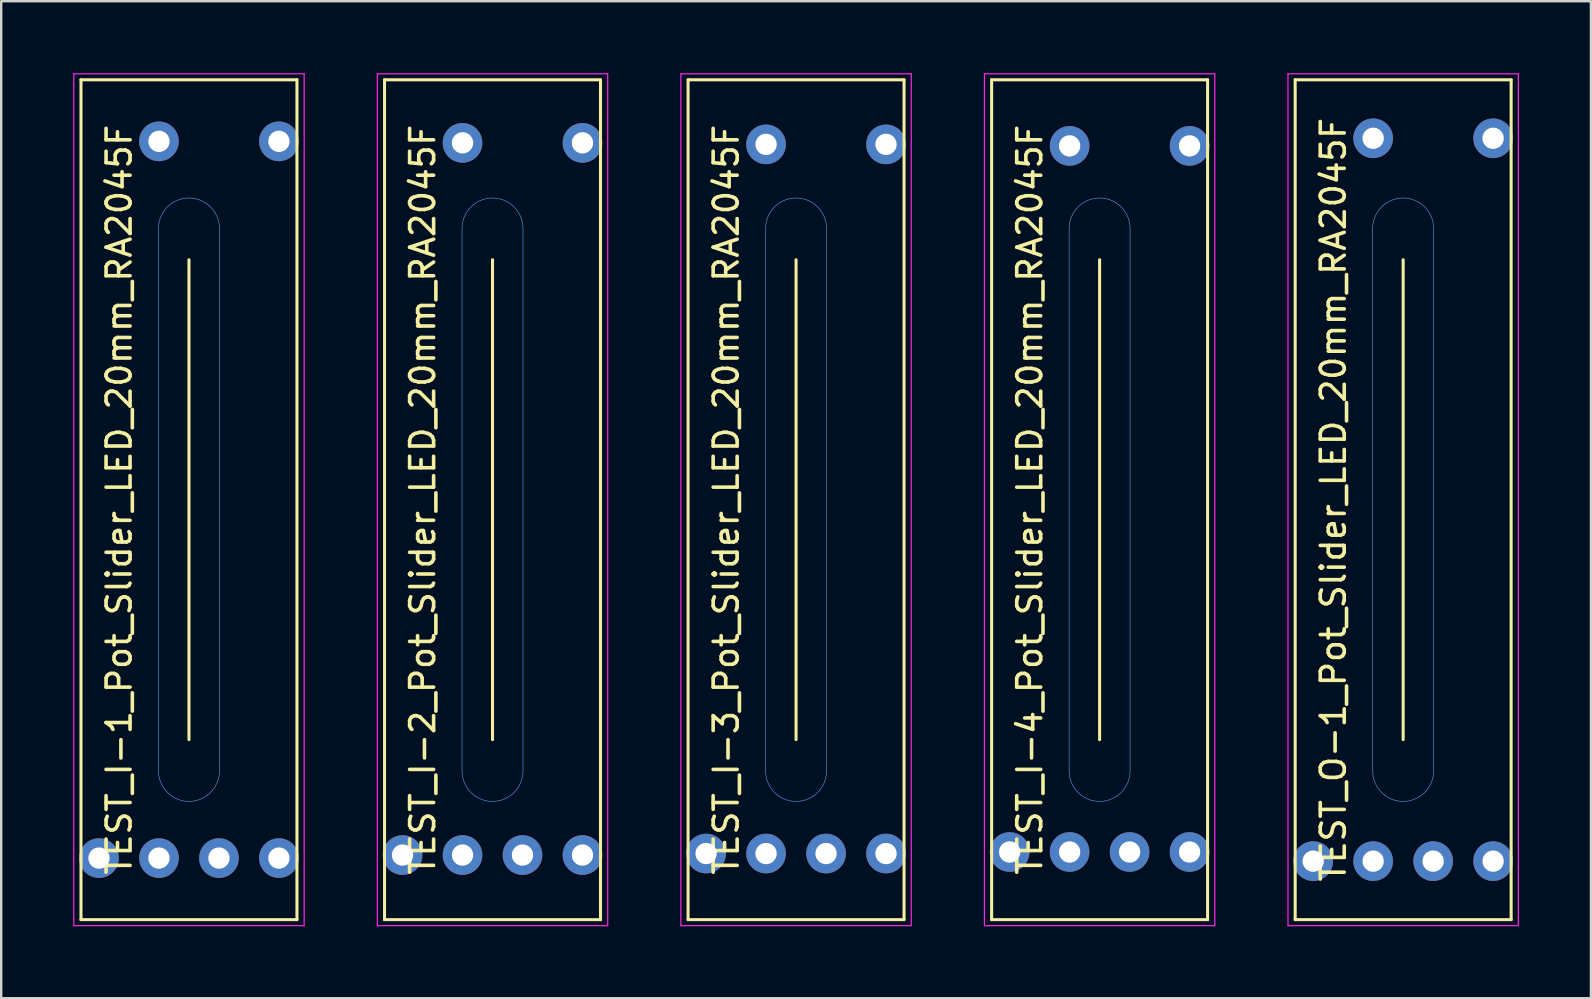
<source format=kicad_pcb>
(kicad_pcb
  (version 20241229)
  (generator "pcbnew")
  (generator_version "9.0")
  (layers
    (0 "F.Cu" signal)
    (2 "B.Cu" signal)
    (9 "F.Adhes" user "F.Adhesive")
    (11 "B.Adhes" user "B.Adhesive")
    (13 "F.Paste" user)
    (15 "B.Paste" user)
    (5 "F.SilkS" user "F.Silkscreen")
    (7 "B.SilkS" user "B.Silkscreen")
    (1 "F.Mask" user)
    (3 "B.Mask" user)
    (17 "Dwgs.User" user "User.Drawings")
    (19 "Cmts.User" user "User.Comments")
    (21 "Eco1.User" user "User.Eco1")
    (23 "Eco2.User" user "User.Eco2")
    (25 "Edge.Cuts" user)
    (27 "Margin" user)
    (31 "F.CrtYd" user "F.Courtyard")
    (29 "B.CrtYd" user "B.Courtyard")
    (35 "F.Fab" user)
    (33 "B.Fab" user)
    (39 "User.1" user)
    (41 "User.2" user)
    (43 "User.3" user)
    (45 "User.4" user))
  (footprint "TEST_O-1_Pot_Slider_LED_20mm_RA2045F"
    (layer "F.Cu")
    (at 55.425 17.775)
    (property "Reference" "TEST_O-1_Pot_Slider_LED_20mm_RA2045F" (at -2.91 0 90) (layer "F.SilkS") (effects (font (size 1 1) (thickness 0.15))))
    (attr exclude_from_pos_files exclude_from_bom)
    (fp_line (start -4.5 -17.5) (end -4.5 17.5) (stroke (width 0.127) (type solid)) (layer "F.SilkS"))
    (fp_line (start -4.5 17.5) (end 4.5 17.5) (stroke (width 0.127) (type solid)) (layer "F.SilkS"))
    (fp_line (start 0 10) (end 0 -10) (stroke (width 0.127) (type solid)) (layer "F.SilkS"))
    (fp_line (start 4.5 -17.5) (end -4.5 -17.5) (stroke (width 0.127) (type solid)) (layer "F.SilkS"))
    (fp_line (start 4.5 17.5) (end 4.5 -17.5) (stroke (width 0.127) (type solid)) (layer "F.SilkS"))
    (fp_line (start -1.27 -11.303) (end -1.27 11.303) (stroke (width 0.025) (type solid)) (layer "Cmts.User"))
    (fp_line (start 1.27 -11.303) (end 1.27 11.303) (stroke (width 0.025) (type solid)) (layer "Cmts.User"))
    (fp_arc (start -1.27 -11.303) (mid 0 -12.573) (end 1.27 -11.303) (stroke (width 0.0254) (type solid)) (layer "Cmts.User"))
    (fp_arc (start 1.27 11.303) (mid 0 12.573) (end -1.27 11.303) (stroke (width 0.0254) (type solid)) (layer "Cmts.User"))
    (fp_line (start -4.8 -17.75) (end -4.8 17.75) (stroke (width 0.05) (type solid)) (layer "F.CrtYd"))
    (fp_line (start -4.8 17.75) (end 4.8 17.75) (stroke (width 0.05) (type solid)) (layer "F.CrtYd"))
    (fp_line (start 4.8 -17.75) (end -4.8 -17.75) (stroke (width 0.05) (type solid)) (layer "F.CrtYd"))
    (fp_line (start 4.8 17.75) (end 4.8 -17.75) (stroke (width 0.05) (type solid)) (layer "F.CrtYd"))
    (pad "LEDA" thru_hole circle (at 3.749 -15.062 90) (size 1.651 1.651) (drill 0.889) (layers "*.Cu" "*.Mask"))
    (pad "LEDC" thru_hole circle (at 3.749 15.062 90) (size 1.651 1.651) (drill 0.889) (layers "*.Cu" "*.Mask"))
    (pad "NC" thru_hole circle (at 1.25 15.062 90) (size 1.651 1.651) (drill 0.889) (layers "*.Cu" "*.Mask"))
    (pad "P1" thru_hole circle (at -1.25 15.062 90) (size 1.651 1.651) (drill 0.889) (layers "*.Cu" "*.Mask"))
    (pad "P2" thru_hole circle (at -3.749 15.062 90) (size 1.651 1.651) (drill 0.889) (layers "*.Cu" "*.Mask"))
    (pad "P3" thru_hole circle (at -1.25 -15.062 90) (size 1.651 1.651) (drill 0.889) (layers "*.Cu" "*.Mask")))
  (footprint "TEST_I-1_Pot_Slider_LED_20mm_RA2045F"
    (layer "F.Cu")
    (at 4.825 17.775)
    (property "Reference" "TEST_I-1_Pot_Slider_LED_20mm_RA2045F" (at -2.91 0 90) (layer "F.SilkS") (effects (font (size 1 1) (thickness 0.15))))
    (attr exclude_from_pos_files exclude_from_bom)
    (fp_line (start -4.5 -17.5) (end -4.5 17.5) (stroke (width 0.127) (type solid)) (layer "F.SilkS"))
    (fp_line (start -4.5 17.5) (end 4.5 17.5) (stroke (width 0.127) (type solid)) (layer "F.SilkS"))
    (fp_line (start 0 10) (end 0 -10) (stroke (width 0.127) (type solid)) (layer "F.SilkS"))
    (fp_line (start 4.5 -17.5) (end -4.5 -17.5) (stroke (width 0.127) (type solid)) (layer "F.SilkS"))
    (fp_line (start 4.5 17.5) (end 4.5 -17.5) (stroke (width 0.127) (type solid)) (layer "F.SilkS"))
    (fp_line (start -1.27 -11.303) (end -1.27 11.303) (stroke (width 0.025) (type solid)) (layer "Cmts.User"))
    (fp_line (start 1.27 -11.303) (end 1.27 11.303) (stroke (width 0.025) (type solid)) (layer "Cmts.User"))
    (fp_arc (start -1.27 -11.303) (mid 0 -12.573) (end 1.27 -11.303) (stroke (width 0.0254) (type solid)) (layer "Cmts.User"))
    (fp_arc (start 1.27 11.303) (mid 0 12.573) (end -1.27 11.303) (stroke (width 0.0254) (type solid)) (layer "Cmts.User"))
    (fp_line (start -4.8 -17.75) (end -4.8 17.75) (stroke (width 0.05) (type solid)) (layer "F.CrtYd"))
    (fp_line (start -4.8 17.75) (end 4.8 17.75) (stroke (width 0.05) (type solid)) (layer "F.CrtYd"))
    (fp_line (start 4.8 -17.75) (end -4.8 -17.75) (stroke (width 0.05) (type solid)) (layer "F.CrtYd"))
    (fp_line (start 4.8 17.75) (end 4.8 -17.75) (stroke (width 0.05) (type solid)) (layer "F.CrtYd"))
    (pad "LEDA" thru_hole circle (at 3.749 -14.935 90) (size 1.651 1.651) (drill 0.889) (layers "*.Cu" "*.Mask"))
    (pad "LEDC" thru_hole circle (at 3.749 14.935 90) (size 1.651 1.651) (drill 0.889) (layers "*.Cu" "*.Mask"))
    (pad "NC" thru_hole circle (at 1.25 14.935 90) (size 1.651 1.651) (drill 0.889) (layers "*.Cu" "*.Mask"))
    (pad "P1" thru_hole circle (at -1.25 14.935 90) (size 1.651 1.651) (drill 0.889) (layers "*.Cu" "*.Mask"))
    (pad "P2" thru_hole circle (at -3.749 14.935 90) (size 1.651 1.651) (drill 0.889) (layers "*.Cu" "*.Mask"))
    (pad "P3" thru_hole circle (at -1.25 -14.935 90) (size 1.651 1.651) (drill 0.889) (layers "*.Cu" "*.Mask")))
  (footprint "TEST_I-4_Pot_Slider_LED_20mm_RA2045F"
    (layer "F.Cu")
    (at 42.775 17.775)
    (property "Reference" "TEST_I-4_Pot_Slider_LED_20mm_RA2045F" (at -2.91 0 90) (layer "F.SilkS") (effects (font (size 1 1) (thickness 0.15))))
    (attr exclude_from_pos_files exclude_from_bom)
    (fp_line (start -4.5 -17.5) (end -4.5 17.5) (stroke (width 0.127) (type solid)) (layer "F.SilkS"))
    (fp_line (start -4.5 17.5) (end 4.5 17.5) (stroke (width 0.127) (type solid)) (layer "F.SilkS"))
    (fp_line (start 0 10) (end 0 -10) (stroke (width 0.127) (type solid)) (layer "F.SilkS"))
    (fp_line (start 4.5 -17.5) (end -4.5 -17.5) (stroke (width 0.127) (type solid)) (layer "F.SilkS"))
    (fp_line (start 4.5 17.5) (end 4.5 -17.5) (stroke (width 0.127) (type solid)) (layer "F.SilkS"))
    (fp_line (start -1.27 -11.303) (end -1.27 11.303) (stroke (width 0.025) (type solid)) (layer "Cmts.User"))
    (fp_line (start 1.27 -11.303) (end 1.27 11.303) (stroke (width 0.025) (type solid)) (layer "Cmts.User"))
    (fp_arc (start -1.27 -11.303) (mid 0 -12.573) (end 1.27 -11.303) (stroke (width 0.0254) (type solid)) (layer "Cmts.User"))
    (fp_arc (start 1.27 11.303) (mid 0 12.573) (end -1.27 11.303) (stroke (width 0.0254) (type solid)) (layer "Cmts.User"))
    (fp_line (start -4.8 -17.75) (end -4.8 17.75) (stroke (width 0.05) (type solid)) (layer "F.CrtYd"))
    (fp_line (start -4.8 17.75) (end 4.8 17.75) (stroke (width 0.05) (type solid)) (layer "F.CrtYd"))
    (fp_line (start 4.8 -17.75) (end -4.8 -17.75) (stroke (width 0.05) (type solid)) (layer "F.CrtYd"))
    (fp_line (start 4.8 17.75) (end 4.8 -17.75) (stroke (width 0.05) (type solid)) (layer "F.CrtYd"))
    (pad "LEDA" thru_hole circle (at 3.749 -14.745 90) (size 1.651 1.651) (drill 0.889) (layers "*.Cu" "*.Mask"))
    (pad "LEDC" thru_hole circle (at 3.749 14.681 90) (size 1.651 1.651) (drill 0.889) (layers "*.Cu" "*.Mask"))
    (pad "NC" thru_hole circle (at 1.25 14.681 90) (size 1.651 1.651) (drill 0.889) (layers "*.Cu" "*.Mask"))
    (pad "P1" thru_hole circle (at -1.25 14.681 90) (size 1.651 1.651) (drill 0.889) (layers "*.Cu" "*.Mask"))
    (pad "P2" thru_hole circle (at -3.749 14.681 90) (size 1.651 1.651) (drill 0.889) (layers "*.Cu" "*.Mask"))
    (pad "P3" thru_hole circle (at -1.25 -14.745 90) (size 1.651 1.651) (drill 0.889) (layers "*.Cu" "*.Mask")))
  (footprint "TEST_I-2_Pot_Slider_LED_20mm_RA2045F"
    (layer "F.Cu")
    (at 17.475 17.775)
    (property "Reference" "TEST_I-2_Pot_Slider_LED_20mm_RA2045F" (at -2.91 0 90) (layer "F.SilkS") (effects (font (size 1 1) (thickness 0.15))))
    (attr exclude_from_pos_files exclude_from_bom)
    (fp_line (start -4.5 -17.5) (end -4.5 17.5) (stroke (width 0.127) (type solid)) (layer "F.SilkS"))
    (fp_line (start -4.5 17.5) (end 4.5 17.5) (stroke (width 0.127) (type solid)) (layer "F.SilkS"))
    (fp_line (start 0 10) (end 0 -10) (stroke (width 0.127) (type solid)) (layer "F.SilkS"))
    (fp_line (start 4.5 -17.5) (end -4.5 -17.5) (stroke (width 0.127) (type solid)) (layer "F.SilkS"))
    (fp_line (start 4.5 17.5) (end 4.5 -17.5) (stroke (width 0.127) (type solid)) (layer "F.SilkS"))
    (fp_line (start -1.27 -11.303) (end -1.27 11.303) (stroke (width 0.025) (type solid)) (layer "Cmts.User"))
    (fp_line (start 1.27 -11.303) (end 1.27 11.303) (stroke (width 0.025) (type solid)) (layer "Cmts.User"))
    (fp_arc (start -1.27 -11.303) (mid 0 -12.573) (end 1.27 -11.303) (stroke (width 0.0254) (type solid)) (layer "Cmts.User"))
    (fp_arc (start 1.27 11.303) (mid 0 12.573) (end -1.27 11.303) (stroke (width 0.0254) (type solid)) (layer "Cmts.User"))
    (fp_line (start -4.8 -17.75) (end -4.8 17.75) (stroke (width 0.05) (type solid)) (layer "F.CrtYd"))
    (fp_line (start -4.8 17.75) (end 4.8 17.75) (stroke (width 0.05) (type solid)) (layer "F.CrtYd"))
    (fp_line (start 4.8 -17.75) (end -4.8 -17.75) (stroke (width 0.05) (type solid)) (layer "F.CrtYd"))
    (fp_line (start 4.8 17.75) (end 4.8 -17.75) (stroke (width 0.05) (type solid)) (layer "F.CrtYd"))
    (pad "LEDA" thru_hole circle (at 3.749 -14.872 90) (size 1.651 1.651) (drill 0.889) (layers "*.Cu" "*.Mask"))
    (pad "LEDC" thru_hole circle (at 3.749 14.808 90) (size 1.651 1.651) (drill 0.889) (layers "*.Cu" "*.Mask"))
    (pad "NC" thru_hole circle (at 1.25 14.808 90) (size 1.651 1.651) (drill 0.889) (layers "*.Cu" "*.Mask"))
    (pad "P1" thru_hole circle (at -1.25 14.808 90) (size 1.651 1.651) (drill 0.889) (layers "*.Cu" "*.Mask"))
    (pad "P2" thru_hole circle (at -3.749 14.808 90) (size 1.651 1.651) (drill 0.889) (layers "*.Cu" "*.Mask"))
    (pad "P3" thru_hole circle (at -1.25 -14.872 90) (size 1.651 1.651) (drill 0.889) (layers "*.Cu" "*.Mask")))
  (footprint "TEST_I-3_Pot_Slider_LED_20mm_RA2045F"
    (layer "F.Cu")
    (at 30.125 17.775)
    (property "Reference" "TEST_I-3_Pot_Slider_LED_20mm_RA2045F" (at -2.91 0 90) (layer "F.SilkS") (effects (font (size 1 1) (thickness 0.15))))
    (attr exclude_from_pos_files exclude_from_bom)
    (fp_line (start -4.5 -17.5) (end -4.5 17.5) (stroke (width 0.127) (type solid)) (layer "F.SilkS"))
    (fp_line (start -4.5 17.5) (end 4.5 17.5) (stroke (width 0.127) (type solid)) (layer "F.SilkS"))
    (fp_line (start 0 10) (end 0 -10) (stroke (width 0.127) (type solid)) (layer "F.SilkS"))
    (fp_line (start 4.5 -17.5) (end -4.5 -17.5) (stroke (width 0.127) (type solid)) (layer "F.SilkS"))
    (fp_line (start 4.5 17.5) (end 4.5 -17.5) (stroke (width 0.127) (type solid)) (layer "F.SilkS"))
    (fp_line (start -1.27 -11.303) (end -1.27 11.303) (stroke (width 0.025) (type solid)) (layer "Cmts.User"))
    (fp_line (start 1.27 -11.303) (end 1.27 11.303) (stroke (width 0.025) (type solid)) (layer "Cmts.User"))
    (fp_arc (start -1.27 -11.303) (mid 0 -12.573) (end 1.27 -11.303) (stroke (width 0.0254) (type solid)) (layer "Cmts.User"))
    (fp_arc (start 1.27 11.303) (mid 0 12.573) (end -1.27 11.303) (stroke (width 0.0254) (type solid)) (layer "Cmts.User"))
    (fp_line (start -4.8 -17.75) (end -4.8 17.75) (stroke (width 0.05) (type solid)) (layer "F.CrtYd"))
    (fp_line (start -4.8 17.75) (end 4.8 17.75) (stroke (width 0.05) (type solid)) (layer "F.CrtYd"))
    (fp_line (start 4.8 -17.75) (end -4.8 -17.75) (stroke (width 0.05) (type solid)) (layer "F.CrtYd"))
    (fp_line (start 4.8 17.75) (end 4.8 -17.75) (stroke (width 0.05) (type solid)) (layer "F.CrtYd"))
    (pad "LEDA" thru_hole circle (at 3.749 -14.808 90) (size 1.651 1.651) (drill 0.889) (layers "*.Cu" "*.Mask"))
    (pad "LEDC" thru_hole circle (at 3.749 14.745 90) (size 1.651 1.651) (drill 0.889) (layers "*.Cu" "*.Mask"))
    (pad "NC" thru_hole circle (at 1.25 14.745 90) (size 1.651 1.651) (drill 0.889) (layers "*.Cu" "*.Mask"))
    (pad "P1" thru_hole circle (at -1.25 14.745 90) (size 1.651 1.651) (drill 0.889) (layers "*.Cu" "*.Mask"))
    (pad "P2" thru_hole circle (at -3.749 14.745 90) (size 1.651 1.651) (drill 0.889) (layers "*.Cu" "*.Mask"))
    (pad "P3" thru_hole circle (at -1.25 -14.808 90) (size 1.651 1.651) (drill 0.889) (layers "*.Cu" "*.Mask")))
  (gr_rect
    (start -3 -3)
    (end 63.25 38.55)
    (stroke (width 0.1) (type default))
    (fill no)
    (layer "Edge.Cuts")))
</source>
